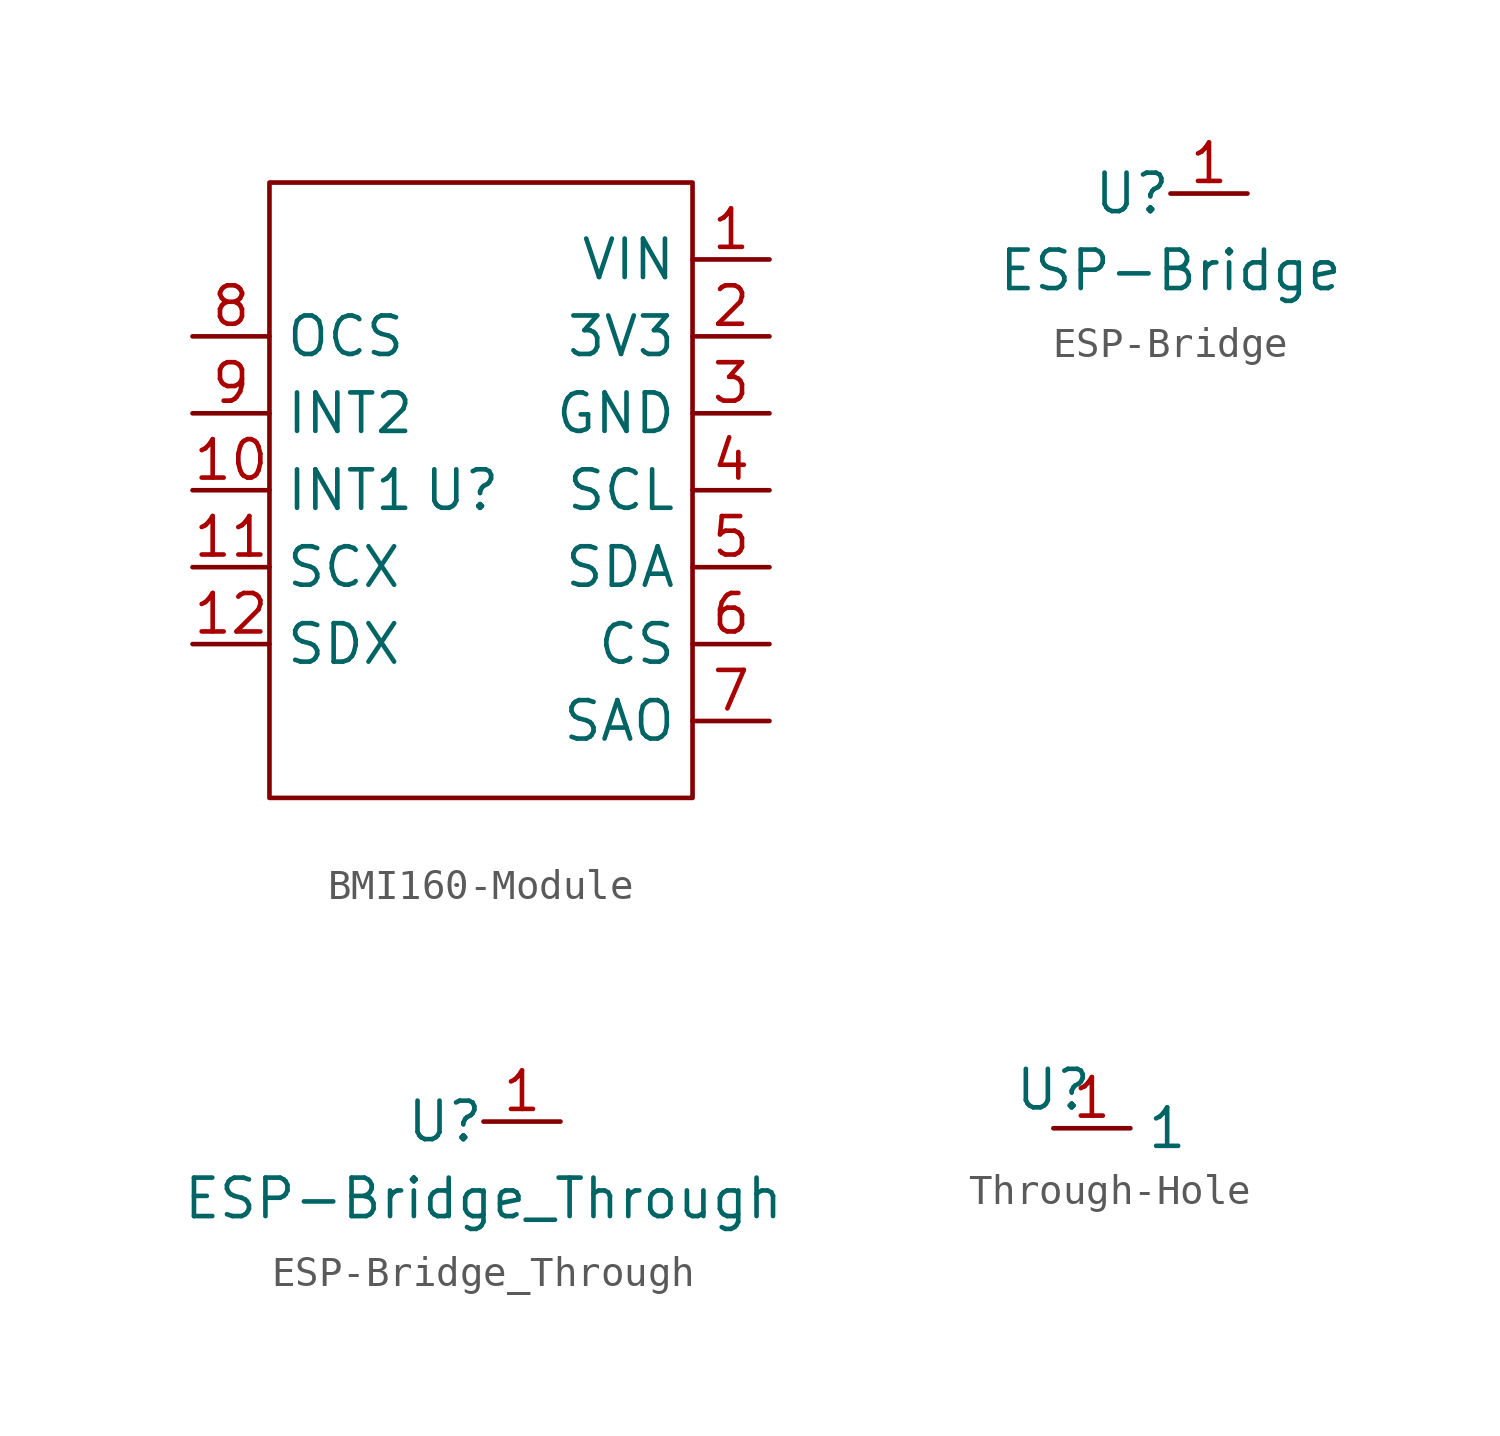
<source format=kicad_sym>
(kicad_symbol_lib
  (version 20220914)
  (generator kicad_symbol_editor)
  (symbol "BMI160-Module"
    (property "Reference" "U"
      (at 0 0 0)
      (effects (font (size 1.27 1.27))))
    (property "Value" ""
      (at 1.27 0 0)
      (effects (font (size 1.27 1.27))))
    (symbol "BMI160-Module_1_1"
      (rectangle (start 7.62 10.16) (end -6.35 -10.16) (stroke (width 0) (type default)) (fill (type none)))
      (pin input line (at 10.16 7.62 180) (length 2.54) (name "VIN" (effects (font (size 1.27 1.27)))) (number "1" (effects (font (size 1.27 1.27)))))
      (pin input line (at -8.89 0 0) (length 2.54) (name "INT1" (effects (font (size 1.27 1.27)))) (number "10" (effects (font (size 1.27 1.27)))))
      (pin input line (at -8.89 -2.54 0) (length 2.54) (name "SCX" (effects (font (size 1.27 1.27)))) (number "11" (effects (font (size 1.27 1.27)))))
      (pin input line (at -8.89 -5.08 0) (length 2.54) (name "SDX" (effects (font (size 1.27 1.27)))) (number "12" (effects (font (size 1.27 1.27)))))
      (pin input line (at 10.16 5.08 180) (length 2.54) (name "3V3" (effects (font (size 1.27 1.27)))) (number "2" (effects (font (size 1.27 1.27)))))
      (pin input line (at 10.16 2.54 180) (length 2.54) (name "GND" (effects (font (size 1.27 1.27)))) (number "3" (effects (font (size 1.27 1.27)))))
      (pin input line (at 10.16 0 180) (length 2.54) (name "SCL" (effects (font (size 1.27 1.27)))) (number "4" (effects (font (size 1.27 1.27)))))
      (pin input line (at 10.16 -2.54 180) (length 2.54) (name "SDA" (effects (font (size 1.27 1.27)))) (number "5" (effects (font (size 1.27 1.27)))))
      (pin input line (at 10.16 -5.08 180) (length 2.54) (name "CS" (effects (font (size 1.27 1.27)))) (number "6" (effects (font (size 1.27 1.27)))))
      (pin input line (at 10.16 -7.62 180) (length 2.54) (name "SAO" (effects (font (size 1.27 1.27)))) (number "7" (effects (font (size 1.27 1.27)))))
      (pin input line (at -8.89 5.08 0) (length 2.54) (name "OCS" (effects (font (size 1.27 1.27)))) (number "8" (effects (font (size 1.27 1.27)))))
      (pin input line (at -8.89 2.54 0) (length 2.54) (name "INT2" (effects (font (size 1.27 1.27)))) (number "9" (effects (font (size 1.27 1.27)))))))
  (symbol "ESP-Bridge"
    (property "Reference" "U"
      (at -1.27 0 0)
      (effects (font (size 1.27 1.27))))
    (property "Value" "ESP-Bridge"
      (at 0 -2.54 0)
      (effects (font (size 1.27 1.27))))
    (symbol "ESP-Bridge_1_1"
      (pin input line (at 0 0 0) (length 2.54) (name "" (effects (font (size 1.27 1.27)))) (number "1" (effects (font (size 1.27 1.27)))))))
  (symbol "ESP-Bridge_Through"
    (property "Reference" "U"
      (at -1.27 0 0)
      (effects (font (size 1.27 1.27))))
    (property "Value" "ESP-Bridge_Through"
      (at 0 -2.54 0)
      (effects (font (size 1.27 1.27))))
    (symbol "ESP-Bridge_Through_1_1"
      (pin input line (at 0 0 0) (length 2.54) (name "" (effects (font (size 1.27 1.27)))) (number "1" (effects (font (size 1.27 1.27)))))))
  (symbol "Through-Hole"
    (property "Reference" "U"
      (at 0 1.27 0)
      (effects (font (size 1.27 1.27))))
    (property "Value" ""
      (at 0 0 0)
      (effects (font (size 1.27 1.27))))
    (symbol "Through-Hole_1_1"
      (pin input line (at 0 0 0) (length 2.54) (name "1" (effects (font (size 1.27 1.27)))) (number "1" (effects (font (size 1.27 1.27))))))))
</source>
